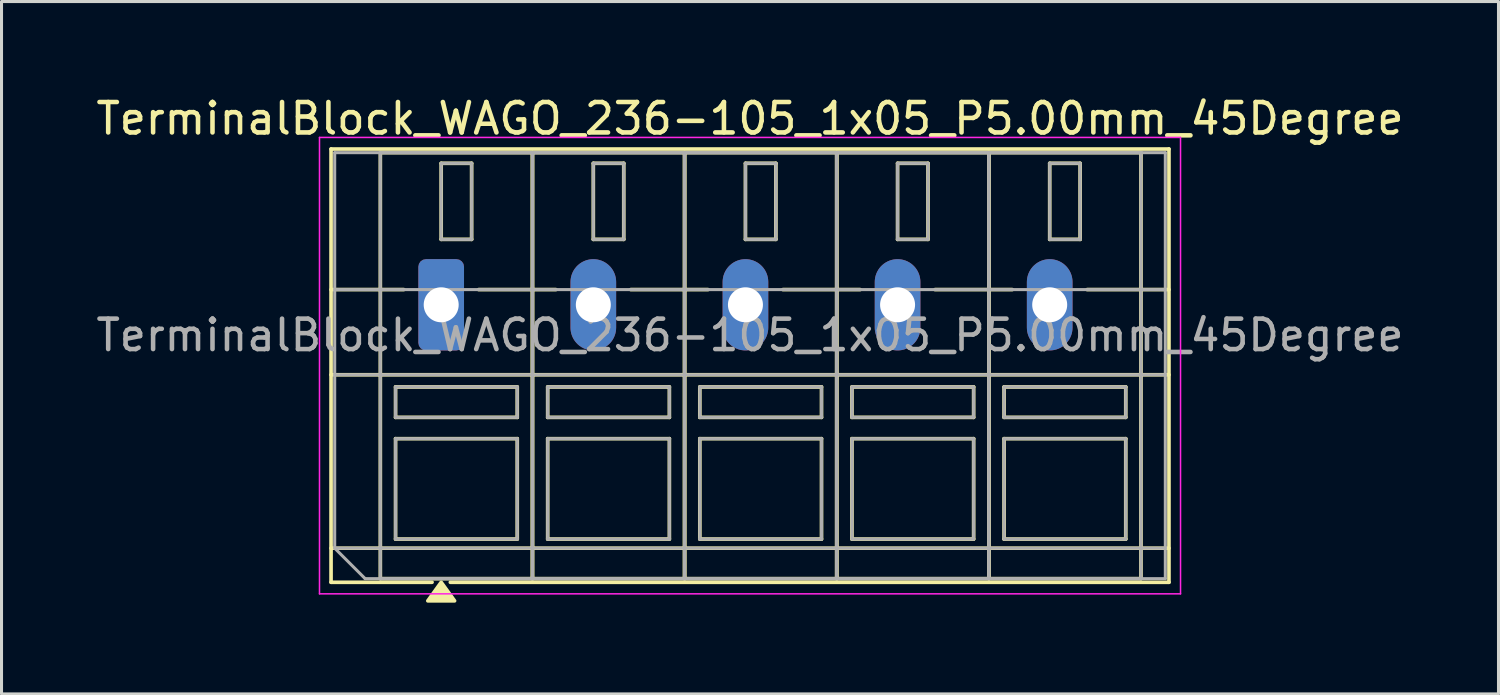
<source format=kicad_pcb>
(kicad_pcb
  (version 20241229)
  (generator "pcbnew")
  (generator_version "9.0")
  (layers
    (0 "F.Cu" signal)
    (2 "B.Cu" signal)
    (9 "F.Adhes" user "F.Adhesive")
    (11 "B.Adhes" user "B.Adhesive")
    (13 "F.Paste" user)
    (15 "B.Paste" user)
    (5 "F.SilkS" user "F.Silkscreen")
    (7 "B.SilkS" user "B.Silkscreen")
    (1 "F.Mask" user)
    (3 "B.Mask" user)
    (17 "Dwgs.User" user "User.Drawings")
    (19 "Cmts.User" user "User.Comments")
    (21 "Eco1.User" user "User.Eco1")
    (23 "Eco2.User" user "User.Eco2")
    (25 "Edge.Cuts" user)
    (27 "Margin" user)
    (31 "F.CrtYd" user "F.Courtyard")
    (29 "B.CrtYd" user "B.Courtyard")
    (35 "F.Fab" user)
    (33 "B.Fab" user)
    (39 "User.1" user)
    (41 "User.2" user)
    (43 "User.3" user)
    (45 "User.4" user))
  (footprint "TerminalBlock_WAGO_236-105_1x05_P5.00mm_45Degree"
    (layer "F.Cu")
    (at 11.451 6.968)
    (property "Reference" "TerminalBlock_WAGO_236-105_1x05_P5.00mm_45Degree" (at 10.15 -6.12 0) (layer "F.SilkS") (effects (font (size 1 1) (thickness 0.15))))
    (attr through_hole)
    (fp_line (start -3.62 -5.12) (end -3.62 9.12) (stroke (width 0.12) (type solid)) (layer "F.SilkS"))
    (fp_line (start -3.62 -5.12) (end 23.92 -5.12) (stroke (width 0.12) (type solid)) (layer "F.SilkS"))
    (fp_line (start -3.62 -0.5) (end -1.23 -0.5) (stroke (width 0.12) (type solid)) (layer "F.SilkS"))
    (fp_line (start -3.62 2.3) (end 23.92 2.3) (stroke (width 0.12) (type solid)) (layer "F.SilkS"))
    (fp_line (start -3.62 8) (end 23.92 8) (stroke (width 0.12) (type solid)) (layer "F.SilkS"))
    (fp_line (start -3.62 9.12) (end -0.3 9.12) (stroke (width 0.12) (type solid)) (layer "F.SilkS"))
    (fp_line (start -2 -5) (end -2 9) (stroke (width 0.12) (type solid)) (layer "F.SilkS"))
    (fp_line (start -2 -5) (end 3 -5) (stroke (width 0.12) (type solid)) (layer "F.SilkS"))
    (fp_line (start -2 9) (end 3 9) (stroke (width 0.12) (type solid)) (layer "F.SilkS"))
    (fp_line (start -1.5 2.7) (end -1.5 3.7) (stroke (width 0.12) (type solid)) (layer "F.SilkS"))
    (fp_line (start -1.5 2.7) (end 2.5 2.7) (stroke (width 0.12) (type solid)) (layer "F.SilkS"))
    (fp_line (start -1.5 3.7) (end 2.5 3.7) (stroke (width 0.12) (type solid)) (layer "F.SilkS"))
    (fp_line (start -1.5 4.4) (end -1.5 7.7) (stroke (width 0.12) (type solid)) (layer "F.SilkS"))
    (fp_line (start -1.5 4.4) (end 2.5 4.4) (stroke (width 0.12) (type solid)) (layer "F.SilkS"))
    (fp_line (start -1.5 7.7) (end 2.5 7.7) (stroke (width 0.12) (type solid)) (layer "F.SilkS"))
    (fp_line (start 0 -4.65) (end 0 -2.15) (stroke (width 0.12) (type solid)) (layer "F.SilkS"))
    (fp_line (start 0 -4.65) (end 1 -4.65) (stroke (width 0.12) (type solid)) (layer "F.SilkS"))
    (fp_line (start 0 -2.15) (end 1 -2.15) (stroke (width 0.12) (type solid)) (layer "F.SilkS"))
    (fp_line (start 0.3 9.12) (end 23.92 9.12) (stroke (width 0.12) (type solid)) (layer "F.SilkS"))
    (fp_line (start 1 -4.65) (end 1 -2.15) (stroke (width 0.12) (type solid)) (layer "F.SilkS"))
    (fp_line (start 1.23 -0.5) (end 3.77 -0.5) (stroke (width 0.12) (type solid)) (layer "F.SilkS"))
    (fp_line (start 2.5 2.7) (end 2.5 3.7) (stroke (width 0.12) (type solid)) (layer "F.SilkS"))
    (fp_line (start 2.5 4.4) (end 2.5 7.7) (stroke (width 0.12) (type solid)) (layer "F.SilkS"))
    (fp_line (start 3 -5) (end 3 9) (stroke (width 0.12) (type solid)) (layer "F.SilkS"))
    (fp_line (start 3 -5) (end 3 9) (stroke (width 0.12) (type solid)) (layer "F.SilkS"))
    (fp_line (start 3 -5) (end 8 -5) (stroke (width 0.12) (type solid)) (layer "F.SilkS"))
    (fp_line (start 3 9) (end 8 9) (stroke (width 0.12) (type solid)) (layer "F.SilkS"))
    (fp_line (start 3.5 2.7) (end 3.5 3.7) (stroke (width 0.12) (type solid)) (layer "F.SilkS"))
    (fp_line (start 3.5 2.7) (end 7.5 2.7) (stroke (width 0.12) (type solid)) (layer "F.SilkS"))
    (fp_line (start 3.5 3.7) (end 7.5 3.7) (stroke (width 0.12) (type solid)) (layer "F.SilkS"))
    (fp_line (start 3.5 4.4) (end 3.5 7.7) (stroke (width 0.12) (type solid)) (layer "F.SilkS"))
    (fp_line (start 3.5 4.4) (end 7.5 4.4) (stroke (width 0.12) (type solid)) (layer "F.SilkS"))
    (fp_line (start 3.5 7.7) (end 7.5 7.7) (stroke (width 0.12) (type solid)) (layer "F.SilkS"))
    (fp_line (start 5 -4.65) (end 5 -2.15) (stroke (width 0.12) (type solid)) (layer "F.SilkS"))
    (fp_line (start 5 -4.65) (end 6 -4.65) (stroke (width 0.12) (type solid)) (layer "F.SilkS"))
    (fp_line (start 5 -2.15) (end 6 -2.15) (stroke (width 0.12) (type solid)) (layer "F.SilkS"))
    (fp_line (start 6 -4.65) (end 6 -2.15) (stroke (width 0.12) (type solid)) (layer "F.SilkS"))
    (fp_line (start 6.23 -0.5) (end 8.77 -0.5) (stroke (width 0.12) (type solid)) (layer "F.SilkS"))
    (fp_line (start 7.5 2.7) (end 7.5 3.7) (stroke (width 0.12) (type solid)) (layer "F.SilkS"))
    (fp_line (start 7.5 4.4) (end 7.5 7.7) (stroke (width 0.12) (type solid)) (layer "F.SilkS"))
    (fp_line (start 8 -5) (end 8 9) (stroke (width 0.12) (type solid)) (layer "F.SilkS"))
    (fp_line (start 8 -5) (end 8 9) (stroke (width 0.12) (type solid)) (layer "F.SilkS"))
    (fp_line (start 8 -5) (end 13 -5) (stroke (width 0.12) (type solid)) (layer "F.SilkS"))
    (fp_line (start 8 9) (end 13 9) (stroke (width 0.12) (type solid)) (layer "F.SilkS"))
    (fp_line (start 8.5 2.7) (end 8.5 3.7) (stroke (width 0.12) (type solid)) (layer "F.SilkS"))
    (fp_line (start 8.5 2.7) (end 12.5 2.7) (stroke (width 0.12) (type solid)) (layer "F.SilkS"))
    (fp_line (start 8.5 3.7) (end 12.5 3.7) (stroke (width 0.12) (type solid)) (layer "F.SilkS"))
    (fp_line (start 8.5 4.4) (end 8.5 7.7) (stroke (width 0.12) (type solid)) (layer "F.SilkS"))
    (fp_line (start 8.5 4.4) (end 12.5 4.4) (stroke (width 0.12) (type solid)) (layer "F.SilkS"))
    (fp_line (start 8.5 7.7) (end 12.5 7.7) (stroke (width 0.12) (type solid)) (layer "F.SilkS"))
    (fp_line (start 10 -4.65) (end 10 -2.15) (stroke (width 0.12) (type solid)) (layer "F.SilkS"))
    (fp_line (start 10 -4.65) (end 11 -4.65) (stroke (width 0.12) (type solid)) (layer "F.SilkS"))
    (fp_line (start 10 -2.15) (end 11 -2.15) (stroke (width 0.12) (type solid)) (layer "F.SilkS"))
    (fp_line (start 11 -4.65) (end 11 -2.15) (stroke (width 0.12) (type solid)) (layer "F.SilkS"))
    (fp_line (start 11.23 -0.5) (end 13.77 -0.5) (stroke (width 0.12) (type solid)) (layer "F.SilkS"))
    (fp_line (start 12.5 2.7) (end 12.5 3.7) (stroke (width 0.12) (type solid)) (layer "F.SilkS"))
    (fp_line (start 12.5 4.4) (end 12.5 7.7) (stroke (width 0.12) (type solid)) (layer "F.SilkS"))
    (fp_line (start 13 -5) (end 13 9) (stroke (width 0.12) (type solid)) (layer "F.SilkS"))
    (fp_line (start 13 -5) (end 13 9) (stroke (width 0.12) (type solid)) (layer "F.SilkS"))
    (fp_line (start 13 -5) (end 18 -5) (stroke (width 0.12) (type solid)) (layer "F.SilkS"))
    (fp_line (start 13 9) (end 18 9) (stroke (width 0.12) (type solid)) (layer "F.SilkS"))
    (fp_line (start 13.5 2.7) (end 13.5 3.7) (stroke (width 0.12) (type solid)) (layer "F.SilkS"))
    (fp_line (start 13.5 2.7) (end 17.5 2.7) (stroke (width 0.12) (type solid)) (layer "F.SilkS"))
    (fp_line (start 13.5 3.7) (end 17.5 3.7) (stroke (width 0.12) (type solid)) (layer "F.SilkS"))
    (fp_line (start 13.5 4.4) (end 13.5 7.7) (stroke (width 0.12) (type solid)) (layer "F.SilkS"))
    (fp_line (start 13.5 4.4) (end 17.5 4.4) (stroke (width 0.12) (type solid)) (layer "F.SilkS"))
    (fp_line (start 13.5 7.7) (end 17.5 7.7) (stroke (width 0.12) (type solid)) (layer "F.SilkS"))
    (fp_line (start 15 -4.65) (end 15 -2.15) (stroke (width 0.12) (type solid)) (layer "F.SilkS"))
    (fp_line (start 15 -4.65) (end 16 -4.65) (stroke (width 0.12) (type solid)) (layer "F.SilkS"))
    (fp_line (start 15 -2.15) (end 16 -2.15) (stroke (width 0.12) (type solid)) (layer "F.SilkS"))
    (fp_line (start 16 -4.65) (end 16 -2.15) (stroke (width 0.12) (type solid)) (layer "F.SilkS"))
    (fp_line (start 16.23 -0.5) (end 18.77 -0.5) (stroke (width 0.12) (type solid)) (layer "F.SilkS"))
    (fp_line (start 17.5 2.7) (end 17.5 3.7) (stroke (width 0.12) (type solid)) (layer "F.SilkS"))
    (fp_line (start 17.5 4.4) (end 17.5 7.7) (stroke (width 0.12) (type solid)) (layer "F.SilkS"))
    (fp_line (start 18 -5) (end 18 9) (stroke (width 0.12) (type solid)) (layer "F.SilkS"))
    (fp_line (start 18 -5) (end 18 9) (stroke (width 0.12) (type solid)) (layer "F.SilkS"))
    (fp_line (start 18 -5) (end 23 -5) (stroke (width 0.12) (type solid)) (layer "F.SilkS"))
    (fp_line (start 18 9) (end 23 9) (stroke (width 0.12) (type solid)) (layer "F.SilkS"))
    (fp_line (start 18.5 2.7) (end 18.5 3.7) (stroke (width 0.12) (type solid)) (layer "F.SilkS"))
    (fp_line (start 18.5 2.7) (end 22.5 2.7) (stroke (width 0.12) (type solid)) (layer "F.SilkS"))
    (fp_line (start 18.5 3.7) (end 22.5 3.7) (stroke (width 0.12) (type solid)) (layer "F.SilkS"))
    (fp_line (start 18.5 4.4) (end 18.5 7.7) (stroke (width 0.12) (type solid)) (layer "F.SilkS"))
    (fp_line (start 18.5 4.4) (end 22.5 4.4) (stroke (width 0.12) (type solid)) (layer "F.SilkS"))
    (fp_line (start 18.5 7.7) (end 22.5 7.7) (stroke (width 0.12) (type solid)) (layer "F.SilkS"))
    (fp_line (start 20 -4.65) (end 20 -2.15) (stroke (width 0.12) (type solid)) (layer "F.SilkS"))
    (fp_line (start 20 -4.65) (end 21 -4.65) (stroke (width 0.12) (type solid)) (layer "F.SilkS"))
    (fp_line (start 20 -2.15) (end 21 -2.15) (stroke (width 0.12) (type solid)) (layer "F.SilkS"))
    (fp_line (start 21 -4.65) (end 21 -2.15) (stroke (width 0.12) (type solid)) (layer "F.SilkS"))
    (fp_line (start 21.23 -0.5) (end 23.92 -0.5) (stroke (width 0.12) (type solid)) (layer "F.SilkS"))
    (fp_line (start 22.5 2.7) (end 22.5 3.7) (stroke (width 0.12) (type solid)) (layer "F.SilkS"))
    (fp_line (start 22.5 4.4) (end 22.5 7.7) (stroke (width 0.12) (type solid)) (layer "F.SilkS"))
    (fp_line (start 23 -5) (end 23 9) (stroke (width 0.12) (type solid)) (layer "F.SilkS"))
    (fp_line (start 23.92 -5.12) (end 23.92 9.12) (stroke (width 0.12) (type solid)) (layer "F.SilkS"))
    (fp_poly (pts (xy 0 9.12) (xy 0.44 9.73) (xy -0.44 9.73)) (stroke (width 0.12) (type solid)) (fill yes) (layer "F.SilkS"))
    (fp_line (start -4 -5.5) (end -4 9.5) (stroke (width 0.05) (type solid)) (layer "F.CrtYd"))
    (fp_line (start -4 9.5) (end 24.3 9.5) (stroke (width 0.05) (type solid)) (layer "F.CrtYd"))
    (fp_line (start 24.3 -5.5) (end -4 -5.5) (stroke (width 0.05) (type solid)) (layer "F.CrtYd"))
    (fp_line (start 24.3 9.5) (end 24.3 -5.5) (stroke (width 0.05) (type solid)) (layer "F.CrtYd"))
    (fp_line (start -3.5 -5) (end 23.8 -5) (stroke (width 0.1) (type solid)) (layer "F.Fab"))
    (fp_line (start -3.5 -0.5) (end 23.8 -0.5) (stroke (width 0.1) (type solid)) (layer "F.Fab"))
    (fp_line (start -3.5 2.3) (end 23.8 2.3) (stroke (width 0.1) (type solid)) (layer "F.Fab"))
    (fp_line (start -3.5 8) (end -3.5 -5) (stroke (width 0.1) (type solid)) (layer "F.Fab"))
    (fp_line (start -3.5 8) (end 23.8 8) (stroke (width 0.1) (type solid)) (layer "F.Fab"))
    (fp_line (start -2.5 9) (end -3.5 8) (stroke (width 0.1) (type solid)) (layer "F.Fab"))
    (fp_line (start -2 -5) (end -2 9) (stroke (width 0.1) (type solid)) (layer "F.Fab"))
    (fp_line (start -2 9) (end 3 9) (stroke (width 0.1) (type solid)) (layer "F.Fab"))
    (fp_line (start -1.5 2.7) (end -1.5 3.7) (stroke (width 0.1) (type solid)) (layer "F.Fab"))
    (fp_line (start -1.5 3.7) (end 2.5 3.7) (stroke (width 0.1) (type solid)) (layer "F.Fab"))
    (fp_line (start -1.5 4.4) (end -1.5 7.7) (stroke (width 0.1) (type solid)) (layer "F.Fab"))
    (fp_line (start -1.5 7.7) (end 2.5 7.7) (stroke (width 0.1) (type solid)) (layer "F.Fab"))
    (fp_line (start 0 -4.65) (end 0 -2.15) (stroke (width 0.1) (type solid)) (layer "F.Fab"))
    (fp_line (start 0 -2.15) (end 1 -2.15) (stroke (width 0.1) (type solid)) (layer "F.Fab"))
    (fp_line (start 1 -4.65) (end 0 -4.65) (stroke (width 0.1) (type solid)) (layer "F.Fab"))
    (fp_line (start 1 -2.15) (end 1 -4.65) (stroke (width 0.1) (type solid)) (layer "F.Fab"))
    (fp_line (start 2.5 2.7) (end -1.5 2.7) (stroke (width 0.1) (type solid)) (layer "F.Fab"))
    (fp_line (start 2.5 3.7) (end 2.5 2.7) (stroke (width 0.1) (type solid)) (layer "F.Fab"))
    (fp_line (start 2.5 4.4) (end -1.5 4.4) (stroke (width 0.1) (type solid)) (layer "F.Fab"))
    (fp_line (start 2.5 7.7) (end 2.5 4.4) (stroke (width 0.1) (type solid)) (layer "F.Fab"))
    (fp_line (start 3 -5) (end -2 -5) (stroke (width 0.1) (type solid)) (layer "F.Fab"))
    (fp_line (start 3 -5) (end 3 9) (stroke (width 0.1) (type solid)) (layer "F.Fab"))
    (fp_line (start 3 9) (end 3 -5) (stroke (width 0.1) (type solid)) (layer "F.Fab"))
    (fp_line (start 3 9) (end 8 9) (stroke (width 0.1) (type solid)) (layer "F.Fab"))
    (fp_line (start 3.5 2.7) (end 3.5 3.7) (stroke (width 0.1) (type solid)) (layer "F.Fab"))
    (fp_line (start 3.5 3.7) (end 7.5 3.7) (stroke (width 0.1) (type solid)) (layer "F.Fab"))
    (fp_line (start 3.5 4.4) (end 3.5 7.7) (stroke (width 0.1) (type solid)) (layer "F.Fab"))
    (fp_line (start 3.5 7.7) (end 7.5 7.7) (stroke (width 0.1) (type solid)) (layer "F.Fab"))
    (fp_line (start 5 -4.65) (end 5 -2.15) (stroke (width 0.1) (type solid)) (layer "F.Fab"))
    (fp_line (start 5 -2.15) (end 6 -2.15) (stroke (width 0.1) (type solid)) (layer "F.Fab"))
    (fp_line (start 6 -4.65) (end 5 -4.65) (stroke (width 0.1) (type solid)) (layer "F.Fab"))
    (fp_line (start 6 -2.15) (end 6 -4.65) (stroke (width 0.1) (type solid)) (layer "F.Fab"))
    (fp_line (start 7.5 2.7) (end 3.5 2.7) (stroke (width 0.1) (type solid)) (layer "F.Fab"))
    (fp_line (start 7.5 3.7) (end 7.5 2.7) (stroke (width 0.1) (type solid)) (layer "F.Fab"))
    (fp_line (start 7.5 4.4) (end 3.5 4.4) (stroke (width 0.1) (type solid)) (layer "F.Fab"))
    (fp_line (start 7.5 7.7) (end 7.5 4.4) (stroke (width 0.1) (type solid)) (layer "F.Fab"))
    (fp_line (start 8 -5) (end 3 -5) (stroke (width 0.1) (type solid)) (layer "F.Fab"))
    (fp_line (start 8 -5) (end 8 9) (stroke (width 0.1) (type solid)) (layer "F.Fab"))
    (fp_line (start 8 9) (end 8 -5) (stroke (width 0.1) (type solid)) (layer "F.Fab"))
    (fp_line (start 8 9) (end 13 9) (stroke (width 0.1) (type solid)) (layer "F.Fab"))
    (fp_line (start 8.5 2.7) (end 8.5 3.7) (stroke (width 0.1) (type solid)) (layer "F.Fab"))
    (fp_line (start 8.5 3.7) (end 12.5 3.7) (stroke (width 0.1) (type solid)) (layer "F.Fab"))
    (fp_line (start 8.5 4.4) (end 8.5 7.7) (stroke (width 0.1) (type solid)) (layer "F.Fab"))
    (fp_line (start 8.5 7.7) (end 12.5 7.7) (stroke (width 0.1) (type solid)) (layer "F.Fab"))
    (fp_line (start 10 -4.65) (end 10 -2.15) (stroke (width 0.1) (type solid)) (layer "F.Fab"))
    (fp_line (start 10 -2.15) (end 11 -2.15) (stroke (width 0.1) (type solid)) (layer "F.Fab"))
    (fp_line (start 11 -4.65) (end 10 -4.65) (stroke (width 0.1) (type solid)) (layer "F.Fab"))
    (fp_line (start 11 -2.15) (end 11 -4.65) (stroke (width 0.1) (type solid)) (layer "F.Fab"))
    (fp_line (start 12.5 2.7) (end 8.5 2.7) (stroke (width 0.1) (type solid)) (layer "F.Fab"))
    (fp_line (start 12.5 3.7) (end 12.5 2.7) (stroke (width 0.1) (type solid)) (layer "F.Fab"))
    (fp_line (start 12.5 4.4) (end 8.5 4.4) (stroke (width 0.1) (type solid)) (layer "F.Fab"))
    (fp_line (start 12.5 7.7) (end 12.5 4.4) (stroke (width 0.1) (type solid)) (layer "F.Fab"))
    (fp_line (start 13 -5) (end 8 -5) (stroke (width 0.1) (type solid)) (layer "F.Fab"))
    (fp_line (start 13 -5) (end 13 9) (stroke (width 0.1) (type solid)) (layer "F.Fab"))
    (fp_line (start 13 9) (end 13 -5) (stroke (width 0.1) (type solid)) (layer "F.Fab"))
    (fp_line (start 13 9) (end 18 9) (stroke (width 0.1) (type solid)) (layer "F.Fab"))
    (fp_line (start 13.5 2.7) (end 13.5 3.7) (stroke (width 0.1) (type solid)) (layer "F.Fab"))
    (fp_line (start 13.5 3.7) (end 17.5 3.7) (stroke (width 0.1) (type solid)) (layer "F.Fab"))
    (fp_line (start 13.5 4.4) (end 13.5 7.7) (stroke (width 0.1) (type solid)) (layer "F.Fab"))
    (fp_line (start 13.5 7.7) (end 17.5 7.7) (stroke (width 0.1) (type solid)) (layer "F.Fab"))
    (fp_line (start 15 -4.65) (end 15 -2.15) (stroke (width 0.1) (type solid)) (layer "F.Fab"))
    (fp_line (start 15 -2.15) (end 16 -2.15) (stroke (width 0.1) (type solid)) (layer "F.Fab"))
    (fp_line (start 16 -4.65) (end 15 -4.65) (stroke (width 0.1) (type solid)) (layer "F.Fab"))
    (fp_line (start 16 -2.15) (end 16 -4.65) (stroke (width 0.1) (type solid)) (layer "F.Fab"))
    (fp_line (start 17.5 2.7) (end 13.5 2.7) (stroke (width 0.1) (type solid)) (layer "F.Fab"))
    (fp_line (start 17.5 3.7) (end 17.5 2.7) (stroke (width 0.1) (type solid)) (layer "F.Fab"))
    (fp_line (start 17.5 4.4) (end 13.5 4.4) (stroke (width 0.1) (type solid)) (layer "F.Fab"))
    (fp_line (start 17.5 7.7) (end 17.5 4.4) (stroke (width 0.1) (type solid)) (layer "F.Fab"))
    (fp_line (start 18 -5) (end 13 -5) (stroke (width 0.1) (type solid)) (layer "F.Fab"))
    (fp_line (start 18 -5) (end 18 9) (stroke (width 0.1) (type solid)) (layer "F.Fab"))
    (fp_line (start 18 9) (end 18 -5) (stroke (width 0.1) (type solid)) (layer "F.Fab"))
    (fp_line (start 18 9) (end 23 9) (stroke (width 0.1) (type solid)) (layer "F.Fab"))
    (fp_line (start 18.5 2.7) (end 18.5 3.7) (stroke (width 0.1) (type solid)) (layer "F.Fab"))
    (fp_line (start 18.5 3.7) (end 22.5 3.7) (stroke (width 0.1) (type solid)) (layer "F.Fab"))
    (fp_line (start 18.5 4.4) (end 18.5 7.7) (stroke (width 0.1) (type solid)) (layer "F.Fab"))
    (fp_line (start 18.5 7.7) (end 22.5 7.7) (stroke (width 0.1) (type solid)) (layer "F.Fab"))
    (fp_line (start 20 -4.65) (end 20 -2.15) (stroke (width 0.1) (type solid)) (layer "F.Fab"))
    (fp_line (start 20 -2.15) (end 21 -2.15) (stroke (width 0.1) (type solid)) (layer "F.Fab"))
    (fp_line (start 21 -4.65) (end 20 -4.65) (stroke (width 0.1) (type solid)) (layer "F.Fab"))
    (fp_line (start 21 -2.15) (end 21 -4.65) (stroke (width 0.1) (type solid)) (layer "F.Fab"))
    (fp_line (start 22.5 2.7) (end 18.5 2.7) (stroke (width 0.1) (type solid)) (layer "F.Fab"))
    (fp_line (start 22.5 3.7) (end 22.5 2.7) (stroke (width 0.1) (type solid)) (layer "F.Fab"))
    (fp_line (start 22.5 4.4) (end 18.5 4.4) (stroke (width 0.1) (type solid)) (layer "F.Fab"))
    (fp_line (start 22.5 7.7) (end 22.5 4.4) (stroke (width 0.1) (type solid)) (layer "F.Fab"))
    (fp_line (start 23 -5) (end 18 -5) (stroke (width 0.1) (type solid)) (layer "F.Fab"))
    (fp_line (start 23 9) (end 23 -5) (stroke (width 0.1) (type solid)) (layer "F.Fab"))
    (fp_line (start 23.8 -5) (end 23.8 9) (stroke (width 0.1) (type solid)) (layer "F.Fab"))
    (fp_line (start 23.8 9) (end -2.5 9) (stroke (width 0.1) (type solid)) (layer "F.Fab"))
    (fp_text user "${REFERENCE}" (at 10.15 1 0) (layer "F.Fab") (effects (font (size 1 1) (thickness 0.15))))
    (pad "1" thru_hole roundrect (at 0 0) (size 1.5 3) (drill 1.15) (layers "*.Cu" "*.Mask") (roundrect_rratio 0.167))
    (pad "2" thru_hole oval (at 5 0) (size 1.5 3) (drill 1.15) (layers "*.Cu" "*.Mask"))
    (pad "3" thru_hole oval (at 10 0) (size 1.5 3) (drill 1.15) (layers "*.Cu" "*.Mask"))
    (pad "4" thru_hole oval (at 15 0) (size 1.5 3) (drill 1.15) (layers "*.Cu" "*.Mask"))
    (pad "5" thru_hole oval (at 20 0) (size 1.5 3) (drill 1.15) (layers "*.Cu" "*.Mask")))
  (gr_rect
    (start -3 -3)
    (end 46.202 19.758)
    (stroke (width 0.1) (type default))
    (fill no)
    (layer "Edge.Cuts")))
</source>
